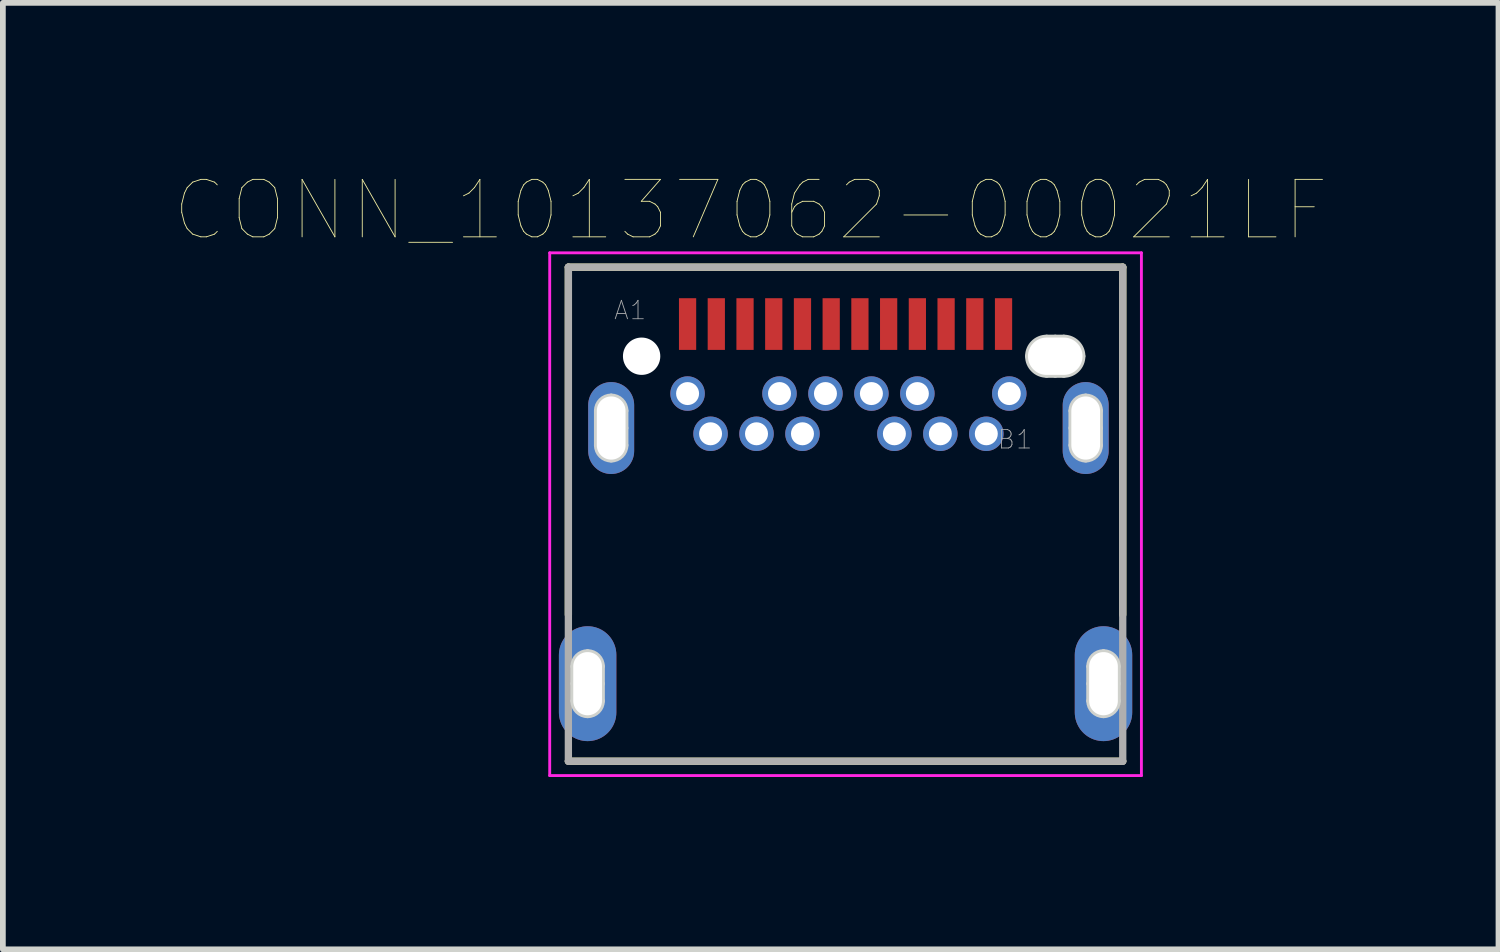
<source format=kicad_pcb>
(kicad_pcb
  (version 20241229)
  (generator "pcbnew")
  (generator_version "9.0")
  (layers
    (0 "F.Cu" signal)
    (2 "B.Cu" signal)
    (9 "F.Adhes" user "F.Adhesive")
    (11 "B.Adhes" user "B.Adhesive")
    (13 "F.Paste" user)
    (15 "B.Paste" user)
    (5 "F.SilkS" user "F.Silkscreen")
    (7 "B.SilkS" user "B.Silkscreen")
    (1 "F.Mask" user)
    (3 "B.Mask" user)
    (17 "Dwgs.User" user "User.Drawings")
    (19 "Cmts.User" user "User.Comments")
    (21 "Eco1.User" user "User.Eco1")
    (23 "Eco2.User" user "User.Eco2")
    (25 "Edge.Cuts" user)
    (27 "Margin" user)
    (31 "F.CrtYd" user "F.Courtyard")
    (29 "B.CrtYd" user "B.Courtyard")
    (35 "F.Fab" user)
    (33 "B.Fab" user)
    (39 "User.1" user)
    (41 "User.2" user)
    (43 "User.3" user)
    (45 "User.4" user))
  (footprint "CONN_10137062-00021LF"
    (layer "F.Cu")
    (at 11.669 3.151)
    (property "Reference" "CONN_10137062-00021LF" (at -1.651 -2.54 0) (layer "F.SilkS") (effects (font (size 1 1) (thickness 0.015))))
    (attr through_hole)
    (fp_line (start -4.825 -1.55) (end -4.825 4.5) (stroke (width 0.127) (type solid)) (layer "F.SilkS"))
    (fp_line (start -4.825 -1.55) (end 4.825 -1.55) (stroke (width 0.127) (type solid)) (layer "F.SilkS"))
    (fp_line (start 4.825 -1.55) (end 4.825 4.5) (stroke (width 0.127) (type solid)) (layer "F.SilkS"))
    (fp_line (start 4.825 7.05) (end -4.825 7.05) (stroke (width 0.127) (type solid)) (layer "F.SilkS"))
    (fp_line (start -4.74 5.7) (end -4.74 5.4) (stroke (width 0.1) (type solid)) (layer "Edge.Cuts"))
    (fp_line (start -4.74 6) (end -4.74 5.7) (stroke (width 0.1) (type solid)) (layer "Edge.Cuts"))
    (fp_line (start -4.33 1.25) (end -4.33 0.95) (stroke (width 0.1) (type solid)) (layer "Edge.Cuts"))
    (fp_line (start -4.33 1.55) (end -4.33 1.25) (stroke (width 0.1) (type solid)) (layer "Edge.Cuts"))
    (fp_line (start -4.24 5.4) (end -4.24 5.7) (stroke (width 0.1) (type solid)) (layer "Edge.Cuts"))
    (fp_line (start -4.24 5.7) (end -4.24 6) (stroke (width 0.1) (type solid)) (layer "Edge.Cuts"))
    (fp_line (start -3.83 0.95) (end -3.83 1.25) (stroke (width 0.1) (type solid)) (layer "Edge.Cuts"))
    (fp_line (start -3.83 1.25) (end -3.83 1.55) (stroke (width 0.1) (type solid)) (layer "Edge.Cuts"))
    (fp_line (start 3.5 -0.325) (end 3.65 -0.325) (stroke (width 0.1) (type solid)) (layer "Edge.Cuts"))
    (fp_line (start 3.65 -0.325) (end 3.8 -0.325) (stroke (width 0.1) (type solid)) (layer "Edge.Cuts"))
    (fp_line (start 3.65 0.325) (end 3.5 0.325) (stroke (width 0.1) (type solid)) (layer "Edge.Cuts"))
    (fp_line (start 3.8 0.325) (end 3.65 0.325) (stroke (width 0.1) (type solid)) (layer "Edge.Cuts"))
    (fp_line (start 3.93 1.25) (end 3.93 0.95) (stroke (width 0.1) (type solid)) (layer "Edge.Cuts"))
    (fp_line (start 3.93 1.55) (end 3.93 1.25) (stroke (width 0.1) (type solid)) (layer "Edge.Cuts"))
    (fp_line (start 4.24 5.7) (end 4.24 5.4) (stroke (width 0.1) (type solid)) (layer "Edge.Cuts"))
    (fp_line (start 4.24 6) (end 4.24 5.7) (stroke (width 0.1) (type solid)) (layer "Edge.Cuts"))
    (fp_line (start 4.43 0.95) (end 4.43 1.25) (stroke (width 0.1) (type solid)) (layer "Edge.Cuts"))
    (fp_line (start 4.43 1.25) (end 4.43 1.55) (stroke (width 0.1) (type solid)) (layer "Edge.Cuts"))
    (fp_line (start 4.74 5.4) (end 4.74 5.7) (stroke (width 0.1) (type solid)) (layer "Edge.Cuts"))
    (fp_line (start 4.74 5.7) (end 4.74 6) (stroke (width 0.1) (type solid)) (layer "Edge.Cuts"))
    (fp_arc (start -4.74 5.4) (mid -4.666777 5.223223) (end -4.49 5.15) (stroke (width 0.1) (type solid)) (layer "Edge.Cuts"))
    (fp_arc (start -4.49 5.15) (mid -4.313223 5.223223) (end -4.24 5.4) (stroke (width 0.1) (type solid)) (layer "Edge.Cuts"))
    (fp_arc (start -4.49 6.25) (mid -4.666777 6.176777) (end -4.74 6) (stroke (width 0.1) (type solid)) (layer "Edge.Cuts"))
    (fp_arc (start -4.33 0.95) (mid -4.256777 0.773223) (end -4.08 0.7) (stroke (width 0.1) (type solid)) (layer "Edge.Cuts"))
    (fp_arc (start -4.24 6) (mid -4.313223 6.176777) (end -4.49 6.25) (stroke (width 0.1) (type solid)) (layer "Edge.Cuts"))
    (fp_arc (start -4.08 0.7) (mid -3.903223 0.773223) (end -3.83 0.95) (stroke (width 0.1) (type solid)) (layer "Edge.Cuts"))
    (fp_arc (start -4.08 1.8) (mid -4.256777 1.726777) (end -4.33 1.55) (stroke (width 0.1) (type solid)) (layer "Edge.Cuts"))
    (fp_arc (start -3.83 1.55) (mid -3.903223 1.726777) (end -4.08 1.8) (stroke (width 0.1) (type solid)) (layer "Edge.Cuts"))
    (fp_arc (start 3.175 0) (mid 3.27019 -0.22981) (end 3.5 -0.325) (stroke (width 0.1) (type solid)) (layer "Edge.Cuts"))
    (fp_arc (start 3.5 0.325) (mid 3.27019 0.22981) (end 3.175 0) (stroke (width 0.1) (type solid)) (layer "Edge.Cuts"))
    (fp_arc (start 3.8 -0.325) (mid 4.02981 -0.22981) (end 4.125 0) (stroke (width 0.1) (type solid)) (layer "Edge.Cuts"))
    (fp_arc (start 3.93 0.95) (mid 4.003223 0.773223) (end 4.18 0.7) (stroke (width 0.1) (type solid)) (layer "Edge.Cuts"))
    (fp_arc (start 4.125 0) (mid 4.02981 0.22981) (end 3.8 0.325) (stroke (width 0.1) (type solid)) (layer "Edge.Cuts"))
    (fp_arc (start 4.18 0.7) (mid 4.356777 0.773223) (end 4.43 0.95) (stroke (width 0.1) (type solid)) (layer "Edge.Cuts"))
    (fp_arc (start 4.18 1.8) (mid 4.003223 1.726777) (end 3.93 1.55) (stroke (width 0.1) (type solid)) (layer "Edge.Cuts"))
    (fp_arc (start 4.24 5.4) (mid 4.313223 5.223223) (end 4.49 5.15) (stroke (width 0.1) (type solid)) (layer "Edge.Cuts"))
    (fp_arc (start 4.43 1.55) (mid 4.356777 1.726777) (end 4.18 1.8) (stroke (width 0.1) (type solid)) (layer "Edge.Cuts"))
    (fp_arc (start 4.49 5.15) (mid 4.666777 5.223223) (end 4.74 5.4) (stroke (width 0.1) (type solid)) (layer "Edge.Cuts"))
    (fp_arc (start 4.49 6.25) (mid 4.313223 6.176777) (end 4.24 6) (stroke (width 0.1) (type solid)) (layer "Edge.Cuts"))
    (fp_arc (start 4.74 6) (mid 4.666777 6.176777) (end 4.49 6.25) (stroke (width 0.1) (type solid)) (layer "Edge.Cuts"))
    (fp_line (start -5.15 -1.8) (end 5.15 -1.8) (stroke (width 0.05) (type solid)) (layer "F.CrtYd"))
    (fp_line (start -5.15 7.3) (end -5.15 -1.8) (stroke (width 0.05) (type solid)) (layer "F.CrtYd"))
    (fp_line (start 5.15 -1.8) (end 5.15 7.3) (stroke (width 0.05) (type solid)) (layer "F.CrtYd"))
    (fp_line (start 5.15 7.3) (end -5.15 7.3) (stroke (width 0.05) (type solid)) (layer "F.CrtYd"))
    (fp_line (start -4.825 -1.55) (end 4.825 -1.55) (stroke (width 0.127) (type solid)) (layer "F.Fab"))
    (fp_line (start -4.825 7.05) (end -4.825 -1.55) (stroke (width 0.127) (type solid)) (layer "F.Fab"))
    (fp_line (start 4.825 -1.55) (end 4.825 7.05) (stroke (width 0.127) (type solid)) (layer "F.Fab"))
    (fp_line (start 4.825 7.05) (end -4.825 7.05) (stroke (width 0.127) (type solid)) (layer "F.Fab"))
    (fp_text user "B1" (at 2.95 1.45 0) (layer "F.Fab") (effects (font (size 0.32 0.32) (thickness 0.015))))
    (fp_text user "A1" (at -3.75 -0.8 0) (layer "F.Fab") (effects (font (size 0.32 0.32) (thickness 0.015))))
    (pad "" np_thru_hole circle (at -3.55 0) (size 0.65 0.65) (drill 0.65) (layers "*.Cu" "*.Mask"))
    (pad "" np_thru_hole oval (at 3.65 0) (size 0.95 0.65) (drill oval 0.95 0.65) (layers "*.Cu" "*.Mask"))
    (pad "A1" smd rect (at -2.75 -0.56) (size 0.3 0.9) (layers "F.Cu" "F.Mask" "F.Paste"))
    (pad "A2" smd rect (at -2.25 -0.56) (size 0.3 0.9) (layers "F.Cu" "F.Mask" "F.Paste"))
    (pad "A3" smd rect (at -1.75 -0.56) (size 0.3 0.9) (layers "F.Cu" "F.Mask" "F.Paste"))
    (pad "A4" smd rect (at -1.25 -0.56) (size 0.3 0.9) (layers "F.Cu" "F.Mask" "F.Paste"))
    (pad "A5" smd rect (at -0.75 -0.56) (size 0.3 0.9) (layers "F.Cu" "F.Mask" "F.Paste"))
    (pad "A6" smd rect (at -0.25 -0.56) (size 0.3 0.9) (layers "F.Cu" "F.Mask" "F.Paste"))
    (pad "A7" smd rect (at 0.25 -0.56) (size 0.3 0.9) (layers "F.Cu" "F.Mask" "F.Paste"))
    (pad "A8" smd rect (at 0.75 -0.56) (size 0.3 0.9) (layers "F.Cu" "F.Mask" "F.Paste"))
    (pad "A9" smd rect (at 1.25 -0.56) (size 0.3 0.9) (layers "F.Cu" "F.Mask" "F.Paste"))
    (pad "A10" smd rect (at 1.75 -0.56) (size 0.3 0.9) (layers "F.Cu" "F.Mask" "F.Paste"))
    (pad "A11" smd rect (at 2.25 -0.56) (size 0.3 0.9) (layers "F.Cu" "F.Mask" "F.Paste"))
    (pad "A12" smd rect (at 2.75 -0.56) (size 0.3 0.9) (layers "F.Cu" "F.Mask" "F.Paste"))
    (pad "B1" thru_hole circle (at 2.85 0.65) (size 0.6 0.6) (drill 0.4) (layers "*.Cu" "*.Mask"))
    (pad "B2" thru_hole circle (at 2.45 1.35) (size 0.6 0.6) (drill 0.4) (layers "*.Cu" "*.Mask"))
    (pad "B3" thru_hole circle (at 1.65 1.35) (size 0.6 0.6) (drill 0.4) (layers "*.Cu" "*.Mask"))
    (pad "B4" thru_hole circle (at 1.25 0.65) (size 0.6 0.6) (drill 0.4) (layers "*.Cu" "*.Mask"))
    (pad "B5" thru_hole circle (at 0.85 1.35) (size 0.6 0.6) (drill 0.4) (layers "*.Cu" "*.Mask"))
    (pad "B6" thru_hole circle (at 0.45 0.65) (size 0.6 0.6) (drill 0.4) (layers "*.Cu" "*.Mask"))
    (pad "B7" thru_hole circle (at -0.35 0.65) (size 0.6 0.6) (drill 0.4) (layers "*.Cu" "*.Mask"))
    (pad "B8" thru_hole circle (at -0.75 1.35) (size 0.6 0.6) (drill 0.4) (layers "*.Cu" "*.Mask"))
    (pad "B9" thru_hole circle (at -1.15 0.65) (size 0.6 0.6) (drill 0.4) (layers "*.Cu" "*.Mask"))
    (pad "B10" thru_hole circle (at -1.55 1.35) (size 0.6 0.6) (drill 0.4) (layers "*.Cu" "*.Mask"))
    (pad "B11" thru_hole circle (at -2.35 1.35) (size 0.6 0.6) (drill 0.4) (layers "*.Cu" "*.Mask"))
    (pad "B12" thru_hole circle (at -2.75 0.65) (size 0.6 0.6) (drill 0.4) (layers "*.Cu" "*.Mask"))
    (pad "S1" thru_hole oval (at -4.08 1.25) (size 0.8 1.6) (drill oval 0.5 1.1) (layers "*.Cu" "*.Mask"))
    (pad "S2" thru_hole oval (at 4.18 1.25) (size 0.8 1.6) (drill oval 0.5 1.1) (layers "*.Cu" "*.Mask"))
    (pad "S3" thru_hole oval (at -4.49 5.7) (size 1 2) (drill oval 0.5 1.1) (layers "*.Cu" "*.Mask"))
    (pad "S4" thru_hole oval (at 4.49 5.7) (size 1 2) (drill oval 0.5 1.1) (layers "*.Cu" "*.Mask")))
  (gr_rect
    (start -3 -3)
    (end 23.035 13.476)
    (stroke (width 0.1) (type default))
    (fill no)
    (layer "Edge.Cuts")))
</source>
